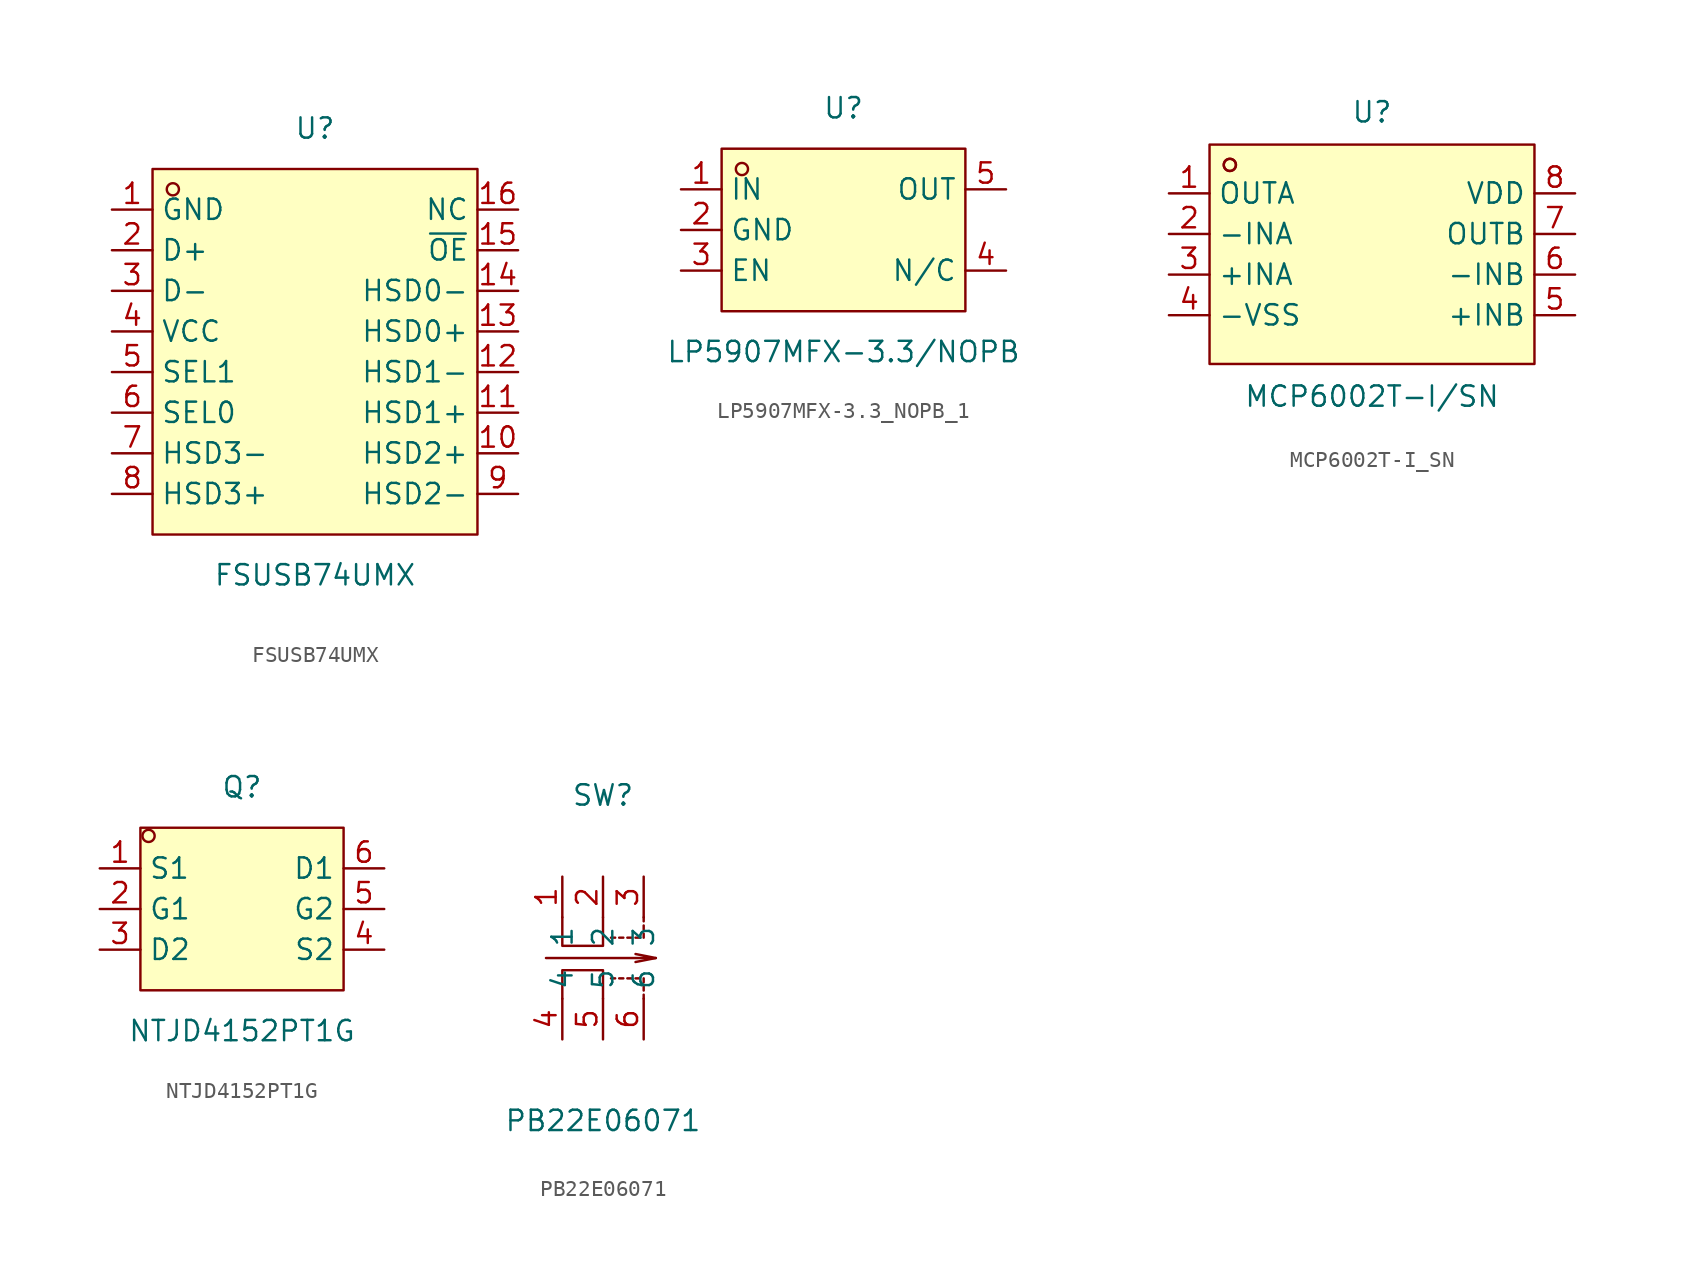
<source format=kicad_sym>
(kicad_symbol_lib
  (version 20220914)
  (generator https://github.com/uPesy/easyeda2kicad.py)
  (symbol "FSUSB74UMX"
    (property "Reference" "U"
      (at 0 13.97 0)
      (effects (font (size 1.27 1.27))))
    (property "Value" "FSUSB74UMX"
      (at 0 -13.97 0)
      (effects (font (size 1.27 1.27))))
    (symbol "FSUSB74UMX_0_1"
      (rectangle (start -10.16 11.43) (end 10.16 -11.43) (stroke (width 0) (type default)) (fill (type background)))
      (circle (center -8.89 10.16) (radius 0.38) (stroke (width 0) (type default)) (fill (type none)))
      (pin unspecified line (at -12.7 8.89 0) (length 2.54) (name "GND" (effects (font (size 1.27 1.27)))) (number "1" (effects (font (size 1.27 1.27)))))
      (pin unspecified line (at 12.7 -6.35 180) (length 2.54) (name "HSD2+" (effects (font (size 1.27 1.27)))) (number "10" (effects (font (size 1.27 1.27)))))
      (pin unspecified line (at 12.7 -3.81 180) (length 2.54) (name "HSD1+" (effects (font (size 1.27 1.27)))) (number "11" (effects (font (size 1.27 1.27)))))
      (pin unspecified line (at 12.7 -1.27 180) (length 2.54) (name "HSD1-" (effects (font (size 1.27 1.27)))) (number "12" (effects (font (size 1.27 1.27)))))
      (pin unspecified line (at 12.7 1.27 180) (length 2.54) (name "HSD0+" (effects (font (size 1.27 1.27)))) (number "13" (effects (font (size 1.27 1.27)))))
      (pin unspecified line (at 12.7 3.81 180) (length 2.54) (name "HSD0-" (effects (font (size 1.27 1.27)))) (number "14" (effects (font (size 1.27 1.27)))))
      (pin unspecified line (at 12.7 6.35 180) (length 2.54) (name "~{OE}" (effects (font (size 1.27 1.27)))) (number "15" (effects (font (size 1.27 1.27)))))
      (pin unspecified line (at 12.7 8.89 180) (length 2.54) (name "NC" (effects (font (size 1.27 1.27)))) (number "16" (effects (font (size 1.27 1.27)))))
      (pin unspecified line (at -12.7 6.35 0) (length 2.54) (name "D+" (effects (font (size 1.27 1.27)))) (number "2" (effects (font (size 1.27 1.27)))))
      (pin unspecified line (at -12.7 3.81 0) (length 2.54) (name "D-" (effects (font (size 1.27 1.27)))) (number "3" (effects (font (size 1.27 1.27)))))
      (pin unspecified line (at -12.7 1.27 0) (length 2.54) (name "VCC" (effects (font (size 1.27 1.27)))) (number "4" (effects (font (size 1.27 1.27)))))
      (pin unspecified line (at -12.7 -1.27 0) (length 2.54) (name "SEL1" (effects (font (size 1.27 1.27)))) (number "5" (effects (font (size 1.27 1.27)))))
      (pin unspecified line (at -12.7 -3.81 0) (length 2.54) (name "SEL0" (effects (font (size 1.27 1.27)))) (number "6" (effects (font (size 1.27 1.27)))))
      (pin unspecified line (at -12.7 -6.35 0) (length 2.54) (name "HSD3-" (effects (font (size 1.27 1.27)))) (number "7" (effects (font (size 1.27 1.27)))))
      (pin unspecified line (at -12.7 -8.89 0) (length 2.54) (name "HSD3+" (effects (font (size 1.27 1.27)))) (number "8" (effects (font (size 1.27 1.27)))))
      (pin unspecified line (at 12.7 -8.89 180) (length 2.54) (name "HSD2-" (effects (font (size 1.27 1.27)))) (number "9" (effects (font (size 1.27 1.27)))))))
  (symbol "LP5907MFX-3.3_NOPB_1"
    (property "Reference" "U"
      (at 0 7.62 0)
      (effects (font (size 1.27 1.27))))
    (property "Value" "LP5907MFX-3.3/NOPB"
      (at 0 -7.62 0)
      (effects (font (size 1.27 1.27))))
    (symbol "LP5907MFX-3.3_NOPB_1_0_1"
      (rectangle (start -7.62 5.08) (end 7.62 -5.08) (stroke (width 0) (type default)) (fill (type background)))
      (circle (center -6.35 3.81) (radius 0.38) (stroke (width 0) (type default)) (fill (type none)))
      (pin unspecified line (at -10.16 2.54 0) (length 2.54) (name "IN" (effects (font (size 1.27 1.27)))) (number "1" (effects (font (size 1.27 1.27)))))
      (pin unspecified line (at -10.16 0 0) (length 2.54) (name "GND" (effects (font (size 1.27 1.27)))) (number "2" (effects (font (size 1.27 1.27)))))
      (pin unspecified line (at -10.16 -2.54 0) (length 2.54) (name "EN" (effects (font (size 1.27 1.27)))) (number "3" (effects (font (size 1.27 1.27)))))
      (pin unspecified line (at 10.16 -2.54 180) (length 2.54) (name "N/C" (effects (font (size 1.27 1.27)))) (number "4" (effects (font (size 1.27 1.27)))))
      (pin unspecified line (at 10.16 2.54 180) (length 2.54) (name "OUT" (effects (font (size 1.27 1.27)))) (number "5" (effects (font (size 1.27 1.27)))))))
  (symbol "MCP6002T-I_SN"
    (property "Reference" "U"
      (at 0 8.89 0)
      (effects (font (size 1.27 1.27))))
    (property "Value" "MCP6002T-I/SN"
      (at 0 -8.89 0)
      (effects (font (size 1.27 1.27))))
    (symbol "MCP6002T-I_SN_0_1"
      (rectangle (start -10.16 6.86) (end 10.16 -6.86) (stroke (width 0) (type default)) (fill (type background)))
      (circle (center -8.89 5.59) (radius 0.38) (stroke (width 0) (type default)) (fill (type none)))
      (circle (center -8.89 5.59) (radius 0.38) (stroke (width 0) (type default)) (fill (type none)))
      (pin unspecified line (at -12.7 3.81 0) (length 2.54) (name "OUTA" (effects (font (size 1.27 1.27)))) (number "1" (effects (font (size 1.27 1.27)))))
      (pin unspecified line (at -12.7 1.27 0) (length 2.54) (name "-INA" (effects (font (size 1.27 1.27)))) (number "2" (effects (font (size 1.27 1.27)))))
      (pin unspecified line (at -12.7 -1.27 0) (length 2.54) (name "+INA" (effects (font (size 1.27 1.27)))) (number "3" (effects (font (size 1.27 1.27)))))
      (pin unspecified line (at -12.7 -3.81 0) (length 2.54) (name "-VSS" (effects (font (size 1.27 1.27)))) (number "4" (effects (font (size 1.27 1.27)))))
      (pin unspecified line (at 12.7 -3.81 180) (length 2.54) (name "+INB" (effects (font (size 1.27 1.27)))) (number "5" (effects (font (size 1.27 1.27)))))
      (pin unspecified line (at 12.7 -1.27 180) (length 2.54) (name "-INB" (effects (font (size 1.27 1.27)))) (number "6" (effects (font (size 1.27 1.27)))))
      (pin unspecified line (at 12.7 1.27 180) (length 2.54) (name "OUTB" (effects (font (size 1.27 1.27)))) (number "7" (effects (font (size 1.27 1.27)))))
      (pin unspecified line (at 12.7 3.81 180) (length 2.54) (name "VDD" (effects (font (size 1.27 1.27)))) (number "8" (effects (font (size 1.27 1.27)))))))
  (symbol "NTJD4152PT1G"
    (property "Reference" "Q"
      (at 0 7.62 0)
      (effects (font (size 1.27 1.27))))
    (property "Value" "NTJD4152PT1G"
      (at 0 -7.62 0)
      (effects (font (size 1.27 1.27))))
    (symbol "NTJD4152PT1G_0_1"
      (rectangle (start -6.35 5.08) (end 6.35 -5.08) (stroke (width 0) (type default)) (fill (type background)))
      (circle (center -5.84 4.57) (radius 0.38) (stroke (width 0) (type default)) (fill (type none)))
      (pin unspecified line (at -8.89 2.54 0) (length 2.54) (name "S1" (effects (font (size 1.27 1.27)))) (number "1" (effects (font (size 1.27 1.27)))))
      (pin unspecified line (at -8.89 0 0) (length 2.54) (name "G1" (effects (font (size 1.27 1.27)))) (number "2" (effects (font (size 1.27 1.27)))))
      (pin unspecified line (at -8.89 -2.54 0) (length 2.54) (name "D2" (effects (font (size 1.27 1.27)))) (number "3" (effects (font (size 1.27 1.27)))))
      (pin unspecified line (at 8.89 -2.54 180) (length 2.54) (name "S2" (effects (font (size 1.27 1.27)))) (number "4" (effects (font (size 1.27 1.27)))))
      (pin unspecified line (at 8.89 0 180) (length 2.54) (name "G2" (effects (font (size 1.27 1.27)))) (number "5" (effects (font (size 1.27 1.27)))))
      (pin unspecified line (at 8.89 2.54 180) (length 2.54) (name "D1" (effects (font (size 1.27 1.27)))) (number "6" (effects (font (size 1.27 1.27)))))))
  (symbol "PB22E06071"
    (property "Reference" "SW"
      (at 0 10.16 0)
      (effects (font (size 1.27 1.27))))
    (property "Value" "PB22E06071"
      (at 0 -10.16 0)
      (effects (font (size 1.27 1.27))))
    (symbol "PB22E06071_0_1"
      (polyline (pts (xy 0.76 -1.27) (xy 0.5 -1.27)) (stroke (width 0) (type default)) (fill (type none)))
      (polyline (pts (xy 0.76 1.27) (xy 0.5 1.27)) (stroke (width 0) (type default)) (fill (type none)))
      (polyline (pts (xy 1.27 -1.27) (xy 1.01 -1.27)) (stroke (width 0) (type default)) (fill (type none)))
      (polyline (pts (xy 1.27 1.27) (xy 1.01 1.27)) (stroke (width 0) (type default)) (fill (type none)))
      (polyline (pts (xy 1.77 -1.27) (xy 1.52 -1.27)) (stroke (width 0) (type default)) (fill (type none)))
      (polyline (pts (xy 1.77 1.27) (xy 1.52 1.27)) (stroke (width 0) (type default)) (fill (type none)))
      (polyline (pts (xy 2.28 -1.27) (xy 2.03 -1.27)) (stroke (width 0) (type default)) (fill (type none)))
      (polyline (pts (xy 2.28 1.27) (xy 2.03 1.27)) (stroke (width 0) (type default)) (fill (type none)))
      (polyline (pts (xy 2.54 -2.54) (xy 2.54 -2.29)) (stroke (width 0) (type default)) (fill (type none)))
      (polyline (pts (xy 2.54 -2.03) (xy 2.54 -1.78)) (stroke (width 0) (type default)) (fill (type none)))
      (polyline (pts (xy 2.54 -1.52) (xy 2.54 -1.27)) (stroke (width 0) (type default)) (fill (type none)))
      (polyline (pts (xy 2.54 1.52) (xy 2.54 1.27)) (stroke (width 0) (type default)) (fill (type none)))
      (polyline (pts (xy 2.54 2.03) (xy 2.54 1.78)) (stroke (width 0) (type default)) (fill (type none)))
      (polyline (pts (xy 2.54 2.54) (xy 2.54 2.29)) (stroke (width 0) (type default)) (fill (type none)))
      (polyline (pts (xy 3.3 0) (xy 2.03 -0.25)) (stroke (width 0) (type default)) (fill (type none)))
      (polyline (pts (xy -3.56 0) (xy 3.3 0) (xy 2.03 0.25)) (stroke (width 0) (type default)) (fill (type none)))
      (polyline (pts (xy 0 -2.54) (xy 0 -0.76) (xy -2.54 -0.76) (xy -2.54 -2.54)) (stroke (width 0) (type default)) (fill (type none)))
      (polyline (pts (xy 0 2.54) (xy 0 0.76) (xy -2.54 0.76) (xy -2.54 2.54) (xy -2.54 2.54)) (stroke (width 0) (type default)) (fill (type none)))
      (pin unspecified line (at -2.54 5.08 270) (length 2.54) (name "1" (effects (font (size 1.27 1.27)))) (number "1" (effects (font (size 1.27 1.27)))))
      (pin unspecified line (at 0 5.08 270) (length 2.54) (name "2" (effects (font (size 1.27 1.27)))) (number "2" (effects (font (size 1.27 1.27)))))
      (pin unspecified line (at 2.54 5.08 270) (length 2.54) (name "3" (effects (font (size 1.27 1.27)))) (number "3" (effects (font (size 1.27 1.27)))))
      (pin unspecified line (at -2.54 -5.08 90) (length 2.54) (name "4" (effects (font (size 1.27 1.27)))) (number "4" (effects (font (size 1.27 1.27)))))
      (pin unspecified line (at 0 -5.08 90) (length 2.54) (name "5" (effects (font (size 1.27 1.27)))) (number "5" (effects (font (size 1.27 1.27)))))
      (pin unspecified line (at 2.54 -5.08 90) (length 2.54) (name "6" (effects (font (size 1.27 1.27)))) (number "6" (effects (font (size 1.27 1.27))))))))
</source>
